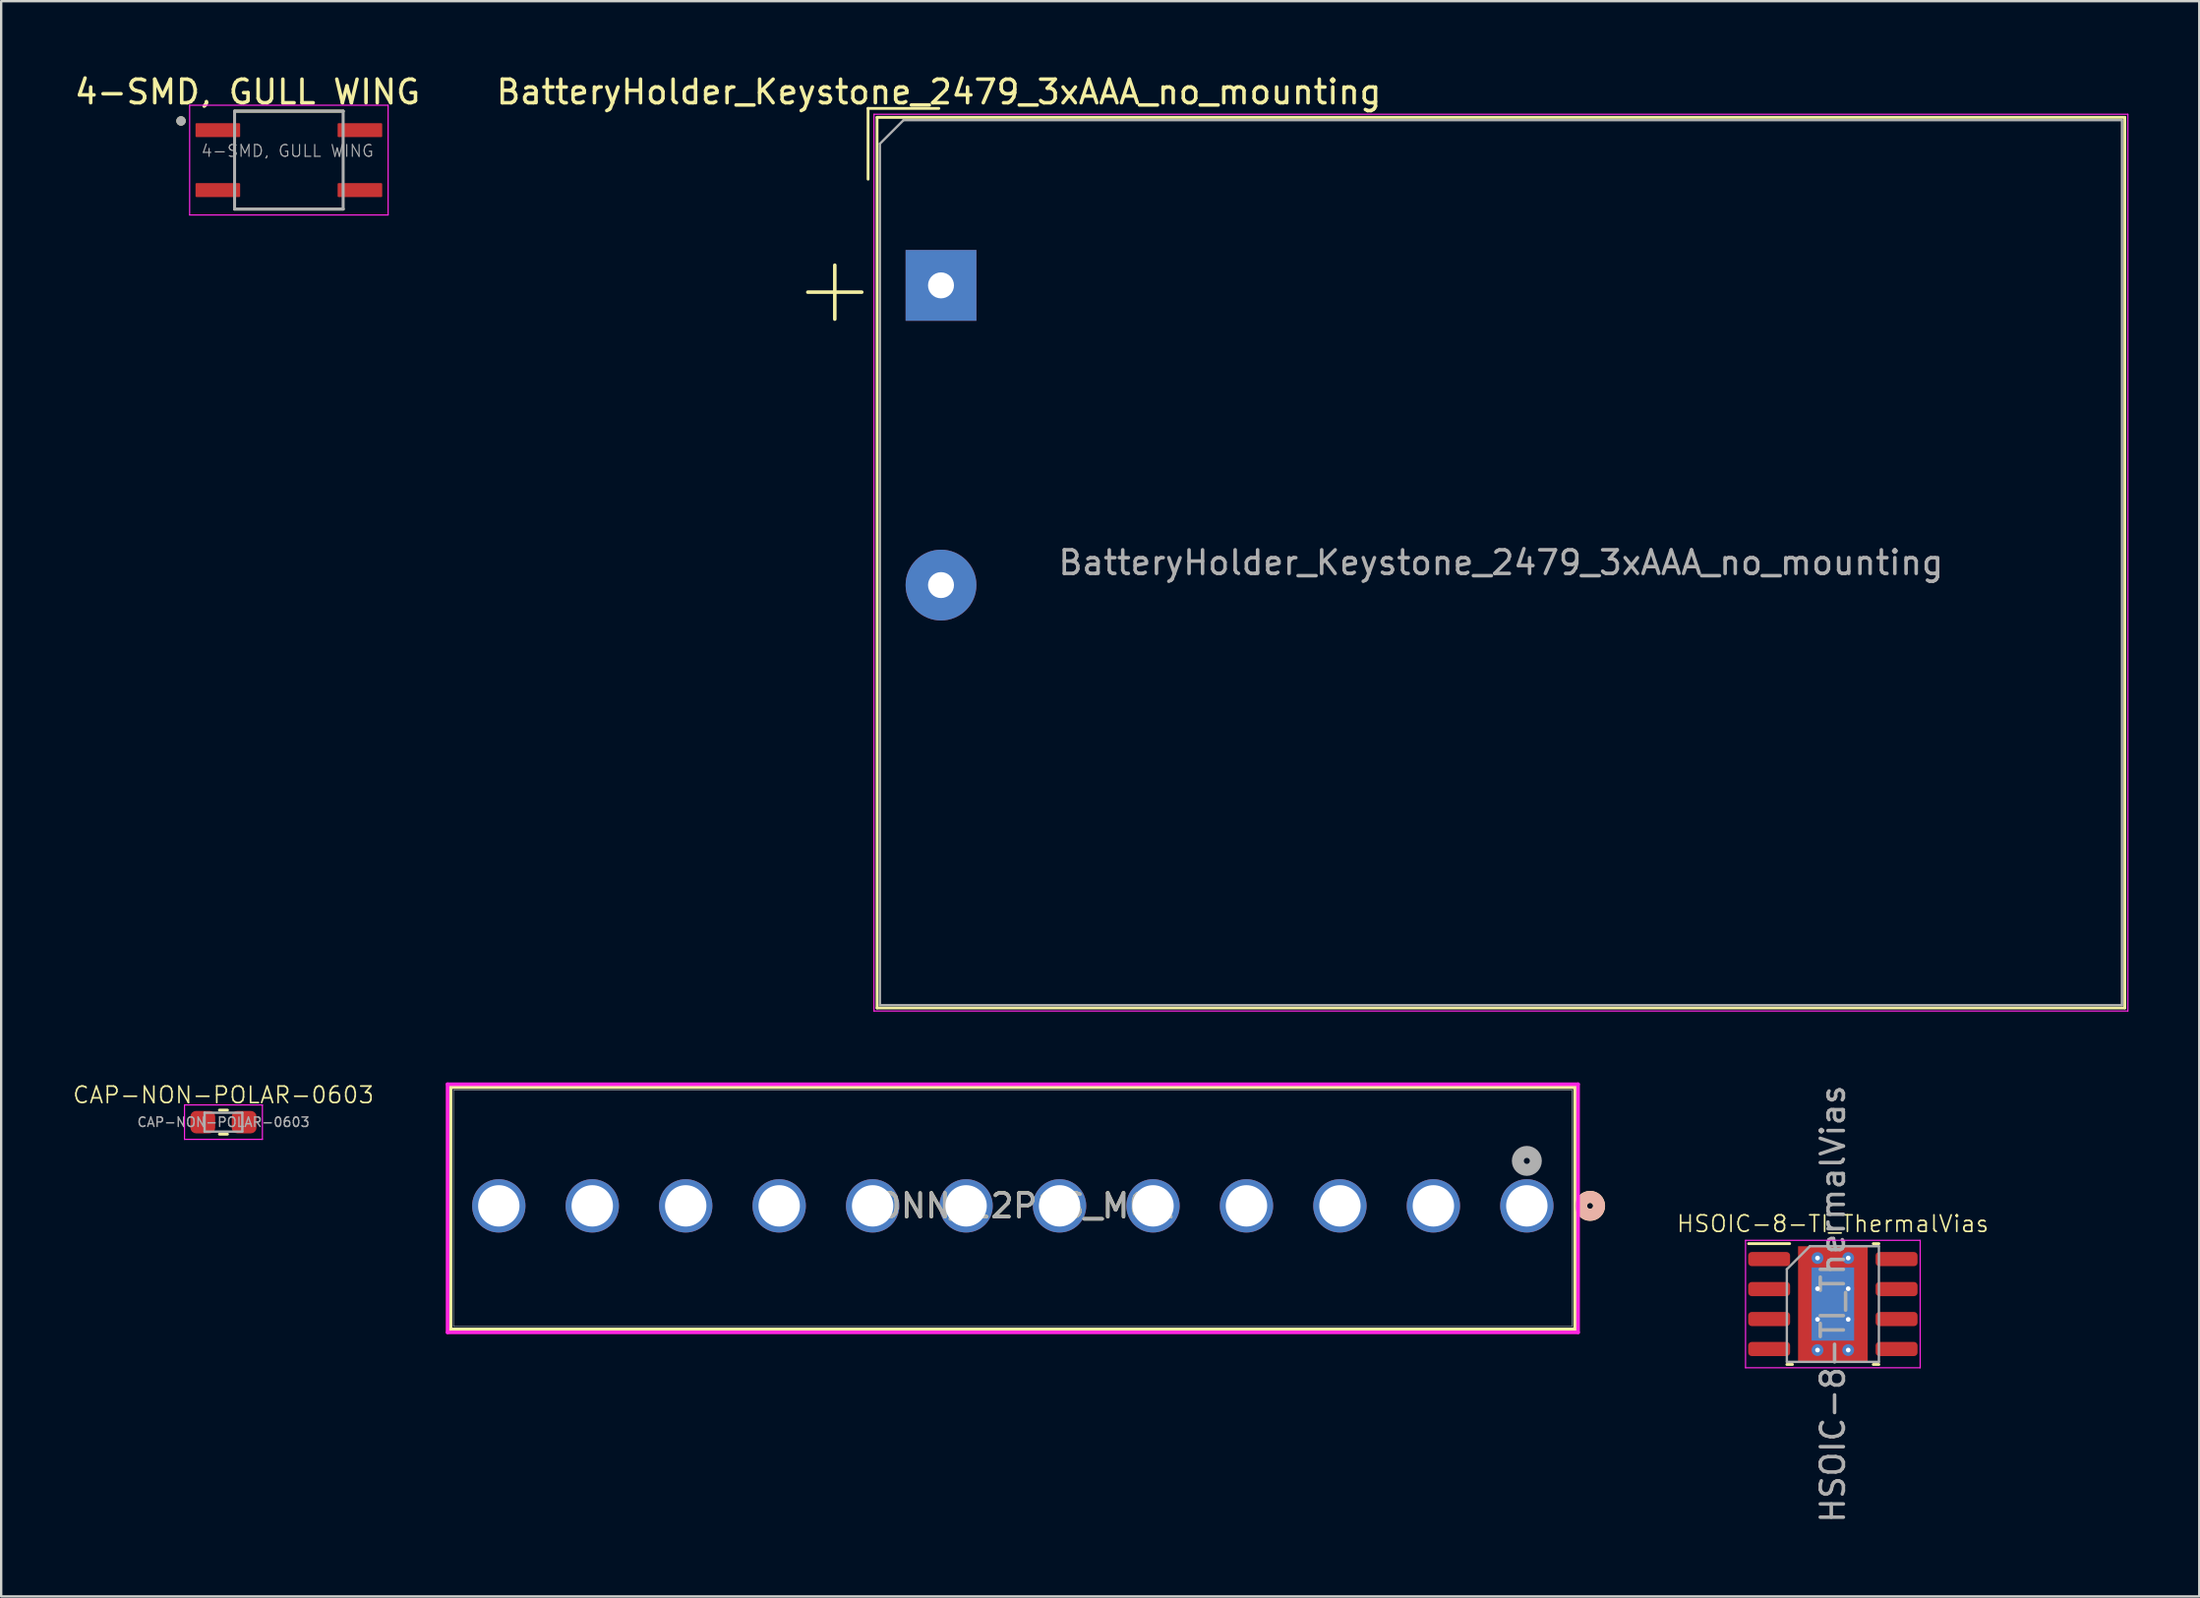
<source format=kicad_pcb>
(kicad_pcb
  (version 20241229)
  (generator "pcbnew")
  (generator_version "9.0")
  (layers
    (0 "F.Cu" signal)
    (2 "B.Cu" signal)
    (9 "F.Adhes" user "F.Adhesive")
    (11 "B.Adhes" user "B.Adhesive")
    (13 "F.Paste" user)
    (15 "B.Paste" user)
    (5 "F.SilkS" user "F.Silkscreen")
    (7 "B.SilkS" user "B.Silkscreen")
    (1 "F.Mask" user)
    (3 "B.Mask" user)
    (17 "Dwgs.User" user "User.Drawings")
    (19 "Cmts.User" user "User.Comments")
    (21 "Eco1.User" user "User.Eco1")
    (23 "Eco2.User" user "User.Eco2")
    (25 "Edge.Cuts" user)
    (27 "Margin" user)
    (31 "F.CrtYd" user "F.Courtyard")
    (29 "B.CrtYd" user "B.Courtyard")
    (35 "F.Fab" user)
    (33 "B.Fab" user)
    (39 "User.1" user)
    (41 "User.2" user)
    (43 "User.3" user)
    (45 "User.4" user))
  (footprint "HSOIC-8-TI_ThermalVias"
    (layer "F.Cu")
    (at 74.612 52.209)
    (property "Reference" "HSOIC-8-TI_ThermalVias" (at 0 -3.4 0) (layer "F.SilkS") (effects (font (size 0.7 0.7) (thickness 0.07))))
    (attr smd)
    (fp_line (start -1.83 -2.56) (end -3.57 -2.56) (stroke (width 0.12) (type solid)) (layer "F.SilkS"))
    (fp_line (start -1.711 2.56) (end -1.95 2.56) (stroke (width 0.12) (type solid)) (layer "F.SilkS"))
    (fp_line (start 1.711 -2.56) (end 1.95 -2.56) (stroke (width 0.12) (type solid)) (layer "F.SilkS"))
    (fp_line (start 1.711 2.56) (end 1.95 2.56) (stroke (width 0.12) (type solid)) (layer "F.SilkS"))
    (fp_line (start -3.7 -2.7) (end -3.7 2.7) (stroke (width 0.05) (type solid)) (layer "F.CrtYd"))
    (fp_line (start -3.7 2.7) (end 3.7 2.7) (stroke (width 0.05) (type solid)) (layer "F.CrtYd"))
    (fp_line (start 3.7 -2.7) (end -3.7 -2.7) (stroke (width 0.05) (type solid)) (layer "F.CrtYd"))
    (fp_line (start 3.7 2.7) (end 3.7 -2.7) (stroke (width 0.05) (type solid)) (layer "F.CrtYd"))
    (fp_line (start -1.95 -1.475) (end -0.975 -2.45) (stroke (width 0.1) (type solid)) (layer "F.Fab"))
    (fp_line (start -1.95 2.45) (end -1.95 -1.475) (stroke (width 0.1) (type solid)) (layer "F.Fab"))
    (fp_line (start -0.975 -2.45) (end 1.95 -2.45) (stroke (width 0.1) (type solid)) (layer "F.Fab"))
    (fp_line (start 1.95 -2.45) (end 1.95 2.45) (stroke (width 0.1) (type solid)) (layer "F.Fab"))
    (fp_line (start 1.95 2.45) (end -1.95 2.45) (stroke (width 0.1) (type solid)) (layer "F.Fab"))
    (fp_text user "${REFERENCE}" (at 0 0 90) (layer "F.Fab") (effects (font (size 0.98 0.98) (thickness 0.15))))
    (pad "" smd roundrect (at -0.6 -1.03) (size 1.04 0.89) (layers "F.Paste") (roundrect_rratio 0.25))
    (pad "" smd roundrect (at -0.6 0) (size 1.04 0.89) (layers "F.Paste") (roundrect_rratio 0.25))
    (pad "" smd roundrect (at -0.6 1.03) (size 1.04 0.89) (layers "F.Paste") (roundrect_rratio 0.25))
    (pad "" smd rect (at 0 0) (size 2.4 3.1) (layers "F.Mask"))
    (pad "" smd roundrect (at 0.6 -1.03) (size 1.04 0.89) (layers "F.Paste") (roundrect_rratio 0.25))
    (pad "" smd roundrect (at 0.6 0) (size 1.04 0.89) (layers "F.Paste") (roundrect_rratio 0.25))
    (pad "" smd roundrect (at 0.6 1.03) (size 1.04 0.89) (layers "F.Paste") (roundrect_rratio 0.25))
    (pad "1" smd roundrect (at -2.7 -1.905) (size 1.775 0.6) (layers "F.Cu" "F.Mask" "F.Paste") (roundrect_rratio 0.25))
    (pad "2" smd roundrect (at -2.7 -0.635) (size 1.775 0.6) (layers "F.Cu" "F.Mask" "F.Paste") (roundrect_rratio 0.25))
    (pad "3" smd roundrect (at -2.7 0.635) (size 1.775 0.6) (layers "F.Cu" "F.Mask" "F.Paste") (roundrect_rratio 0.25))
    (pad "4" smd roundrect (at -2.7 1.905) (size 1.775 0.6) (layers "F.Cu" "F.Mask" "F.Paste") (roundrect_rratio 0.25))
    (pad "5" smd roundrect (at 2.7 1.905) (size 1.775 0.6) (layers "F.Cu" "F.Mask" "F.Paste") (roundrect_rratio 0.25))
    (pad "6" smd roundrect (at 2.7 0.635) (size 1.775 0.6) (layers "F.Cu" "F.Mask" "F.Paste") (roundrect_rratio 0.25))
    (pad "7" smd roundrect (at 2.7 -0.635) (size 1.775 0.6) (layers "F.Cu" "F.Mask" "F.Paste") (roundrect_rratio 0.25))
    (pad "8" smd roundrect (at 2.7 -1.905) (size 1.775 0.6) (layers "F.Cu" "F.Mask" "F.Paste") (roundrect_rratio 0.25))
    (pad "9" thru_hole circle (at -0.65 -1.95) (size 0.5 0.5) (drill 0.2) (layers "*.Cu"))
    (pad "9" thru_hole circle (at -0.65 -0.65) (size 0.5 0.5) (drill 0.2) (layers "*.Cu"))
    (pad "9" thru_hole circle (at -0.65 0.65) (size 0.5 0.5) (drill 0.2) (layers "*.Cu"))
    (pad "9" thru_hole circle (at -0.65 1.95) (size 0.5 0.5) (drill 0.2) (layers "*.Cu"))
    (pad "9" smd rect (at 0 0) (size 1.8 3.1) (layers "B.Cu"))
    (pad "9" smd rect (at 0 0) (size 2.95 4.9) (layers "F.Cu"))
    (pad "9" thru_hole circle (at 0.65 -1.95) (size 0.5 0.5) (drill 0.2) (layers "*.Cu"))
    (pad "9" thru_hole circle (at 0.65 -0.65) (size 0.5 0.5) (drill 0.2) (layers "*.Cu"))
    (pad "9" thru_hole circle (at 0.65 0.65) (size 0.5 0.5) (drill 0.2) (layers "*.Cu"))
    (pad "9" thru_hole circle (at 0.65 1.95) (size 0.5 0.5) (drill 0.2) (layers "*.Cu")))
  (footprint "BatteryHolder_Keystone_2479_3xAAA_no_mounting"
    (layer "F.Cu")
    (at 36.822 9.043)
    (property "Reference" "BatteryHolder_Keystone_2479_3xAAA_no_mounting" (at -0.09 -8.195 0) (layer "F.SilkS") (effects (font (size 1 1) (thickness 0.15))))
    (attr through_hole)
    (fp_line (start -3.09 -7.5) (end -0.09 -7.5) (stroke (width 0.12) (type solid)) (layer "F.SilkS"))
    (fp_line (start -3.09 -4.5) (end -3.09 -7.5) (stroke (width 0.12) (type solid)) (layer "F.SilkS"))
    (fp_line (start -2.71 -7.12) (end -2.71 30.62) (stroke (width 0.12) (type solid)) (layer "F.SilkS"))
    (fp_line (start -2.71 -7.12) (end 50.16 -7.12) (stroke (width 0.12) (type solid)) (layer "F.SilkS"))
    (fp_line (start -2.71 30.62) (end 50.16 30.62) (stroke (width 0.12) (type solid)) (layer "F.SilkS"))
    (fp_line (start 50.16 -7.12) (end 50.16 30.62) (stroke (width 0.12) (type solid)) (layer "F.SilkS"))
    (fp_line (start -2.84 -7.25) (end -2.84 30.75) (stroke (width 0.05) (type solid)) (layer "F.CrtYd"))
    (fp_line (start -2.84 -7.25) (end 50.29 -7.25) (stroke (width 0.05) (type solid)) (layer "F.CrtYd"))
    (fp_line (start -2.84 30.75) (end 50.29 30.75) (stroke (width 0.05) (type solid)) (layer "F.CrtYd"))
    (fp_line (start 50.29 -7.25) (end 50.29 30.75) (stroke (width 0.05) (type solid)) (layer "F.CrtYd"))
    (fp_line (start -2.59 -6) (end -1.59 -7) (stroke (width 0.1) (type solid)) (layer "F.Fab"))
    (fp_line (start -2.59 30.5) (end -2.59 -6) (stroke (width 0.1) (type solid)) (layer "F.Fab"))
    (fp_line (start -1.59 -7) (end 50.04 -7) (stroke (width 0.1) (type solid)) (layer "F.Fab"))
    (fp_line (start 50.04 -7) (end 50.04 30.5) (stroke (width 0.1) (type solid)) (layer "F.Fab"))
    (fp_line (start 50.04 30.5) (end -2.59 30.5) (stroke (width 0.1) (type solid)) (layer "F.Fab"))
    (fp_text user "+" (at -4.5 0.05 0) (layer "F.SilkS") (effects (font (size 3 3) (thickness 0.15))))
    (fp_text user "${REFERENCE}" (at 23.725 11.75 0) (layer "F.Fab") (effects (font (size 1 1) (thickness 0.15))))
    (pad "1" thru_hole rect (at 0 0) (size 3 3) (drill 1.1) (layers "*.Cu" "*.Mask"))
    (pad "2" thru_hole circle (at 0 12.7) (size 3 3) (drill 1.1) (layers "*.Cu" "*.Mask")))
  (footprint "CAP-NON-POLAR-0603"
    (layer "F.Cu")
    (at 6.418 44.501)
    (property "Reference" "CAP-NON-POLAR-0603" (at 0 -1.15 0) (layer "F.SilkS") (effects (font (size 0.7 0.7) (thickness 0.07))))
    (attr smd)
    (fp_line (start -0.171 -0.51) (end 0.171 -0.51) (stroke (width 0.12) (type solid)) (layer "F.SilkS"))
    (fp_line (start -0.171 0.51) (end 0.171 0.51) (stroke (width 0.12) (type solid)) (layer "F.SilkS"))
    (fp_line (start -1.65 -0.73) (end 1.65 -0.73) (stroke (width 0.05) (type solid)) (layer "F.CrtYd"))
    (fp_line (start -1.65 0.73) (end -1.65 -0.73) (stroke (width 0.05) (type solid)) (layer "F.CrtYd"))
    (fp_line (start 1.65 -0.73) (end 1.65 0.73) (stroke (width 0.05) (type solid)) (layer "F.CrtYd"))
    (fp_line (start 1.65 0.73) (end -1.65 0.73) (stroke (width 0.05) (type solid)) (layer "F.CrtYd"))
    (fp_line (start -0.8 -0.4) (end 0.8 -0.4) (stroke (width 0.1) (type solid)) (layer "F.Fab"))
    (fp_line (start -0.8 0.4) (end -0.8 -0.4) (stroke (width 0.1) (type solid)) (layer "F.Fab"))
    (fp_line (start 0.8 -0.4) (end 0.8 0.4) (stroke (width 0.1) (type solid)) (layer "F.Fab"))
    (fp_line (start 0.8 0.4) (end -0.8 0.4) (stroke (width 0.1) (type solid)) (layer "F.Fab"))
    (fp_text user "${REFERENCE}" (at 0 0 180) (layer "F.Fab") (effects (font (size 0.4 0.4) (thickness 0.06))))
    (pad "1" smd roundrect (at -0.875 0) (size 1.05 0.95) (layers "F.Cu" "F.Mask" "F.Paste") (roundrect_rratio 0.25))
    (pad "2" smd roundrect (at 0.875 0) (size 1.05 0.95) (layers "F.Cu" "F.Mask" "F.Paste") (roundrect_rratio 0.25)))
  (footprint "4-SMD, GULL WING"
    (layer "F.Cu")
    (at 9.19 3.735)
    (property "Reference" "4-SMD, GULL WING" (at -1.755 -2.887 0) (layer "F.SilkS") (effects (font (size 1 1) (thickness 0.15))))
    (attr smd)
    (fp_line (start -2.3 -2.075) (end 2.3 -2.075) (stroke (width 0.127) (type solid)) (layer "F.SilkS"))
    (fp_line (start -2.3 2.075) (end 2.3 2.075) (stroke (width 0.127) (type solid)) (layer "F.SilkS"))
    (fp_circle (center -4.57 -1.66) (end -4.47 -1.66) (stroke (width 0.2) (type solid)) (fill no) (layer "F.SilkS"))
    (fp_line (start -4.205 -2.325) (end -4.205 2.325) (stroke (width 0.05) (type solid)) (layer "F.CrtYd"))
    (fp_line (start -4.205 -2.325) (end 4.205 -2.325) (stroke (width 0.05) (type solid)) (layer "F.CrtYd"))
    (fp_line (start -4.205 2.325) (end 4.205 2.325) (stroke (width 0.05) (type solid)) (layer "F.CrtYd"))
    (fp_line (start 4.205 -2.325) (end 4.205 2.325) (stroke (width 0.05) (type solid)) (layer "F.CrtYd"))
    (fp_line (start -2.3 -2.075) (end -2.3 2.075) (stroke (width 0.127) (type solid)) (layer "F.Fab"))
    (fp_line (start -2.3 -2.075) (end 2.3 -2.075) (stroke (width 0.127) (type solid)) (layer "F.Fab"))
    (fp_line (start -2.3 2.075) (end 2.3 2.075) (stroke (width 0.127) (type solid)) (layer "F.Fab"))
    (fp_line (start 2.3 -2.075) (end 2.3 2.075) (stroke (width 0.127) (type solid)) (layer "F.Fab"))
    (fp_circle (center -4.57 -1.66) (end -4.47 -1.66) (stroke (width 0.2) (type solid)) (fill no) (layer "F.Fab"))
    (fp_text user "${REFERENCE}" (at -0.06 -0.39 0) (layer "F.Fab") (effects (font (size 0.5 0.5) (thickness 0.05))))
    (pad "1" smd roundrect (at -3.01 -1.27) (size 1.89 0.59) (layers "F.Cu" "F.Mask" "F.Paste") (roundrect_rratio 0.07))
    (pad "2" smd roundrect (at -3.01 1.27) (size 1.89 0.59) (layers "F.Cu" "F.Mask" "F.Paste") (roundrect_rratio 0.07))
    (pad "3" smd roundrect (at 3.01 1.27) (size 1.89 0.59) (layers "F.Cu" "F.Mask" "F.Paste") (roundrect_rratio 0.07))
    (pad "4" smd roundrect (at 3.01 -1.27) (size 1.89 0.59) (layers "F.Cu" "F.Mask" "F.Paste") (roundrect_rratio 0.07)))
  (footprint "CONN_12POS_MOL"
    (layer "F.Cu")
    (at 61.645 48.048)
    (property "Reference" "CONN_12POS_MOL" (at -21.78 0 0) (unlocked yes) (layer "F.SilkS") (effects (font (size 1 1) (thickness 0.15))))
    (attr through_hole)
    (fp_line (start -45.605 -5.027) (end -45.605 5.235) (stroke (width 0.152) (type solid)) (layer "F.SilkS"))
    (fp_line (start -45.605 5.235) (end 2.045 5.235) (stroke (width 0.152) (type solid)) (layer "F.SilkS"))
    (fp_line (start 2.045 -5.027) (end -45.605 -5.027) (stroke (width 0.152) (type solid)) (layer "F.SilkS"))
    (fp_line (start 2.045 5.235) (end 2.045 -5.027) (stroke (width 0.152) (type solid)) (layer "F.SilkS"))
    (fp_circle (center 2.68 0) (end 3.061 0) (stroke (width 0.508) (type solid)) (fill no) (layer "F.SilkS"))
    (fp_circle (center 2.68 0) (end 3.061 0) (stroke (width 0.508) (type solid)) (fill no) (layer "B.SilkS"))
    (fp_line (start -45.732 -5.154) (end -45.732 5.362) (stroke (width 0.152) (type solid)) (layer "F.CrtYd"))
    (fp_line (start -45.732 5.362) (end 2.172 5.362) (stroke (width 0.152) (type solid)) (layer "F.CrtYd"))
    (fp_line (start 2.172 -5.154) (end -45.732 -5.154) (stroke (width 0.152) (type solid)) (layer "F.CrtYd"))
    (fp_line (start 2.172 5.362) (end 2.172 -5.154) (stroke (width 0.152) (type solid)) (layer "F.CrtYd"))
    (fp_line (start -45.478 -4.9) (end -45.478 5.108) (stroke (width 0.025) (type solid)) (layer "F.Fab"))
    (fp_line (start -45.478 5.108) (end 1.918 5.108) (stroke (width 0.025) (type solid)) (layer "F.Fab"))
    (fp_line (start 1.918 -4.9) (end -45.478 -4.9) (stroke (width 0.025) (type solid)) (layer "F.Fab"))
    (fp_line (start 1.918 5.108) (end 1.918 -4.9) (stroke (width 0.025) (type solid)) (layer "F.Fab"))
    (fp_circle (center 0 -1.905) (end 0.381 -1.905) (stroke (width 0.508) (type solid)) (fill no) (layer "F.Fab"))
    (fp_text user "${REFERENCE}" (at -21.78 0 0) (unlocked yes) (layer "F.Fab") (effects (font (size 1 1) (thickness 0.15))))
    (pad "1" thru_hole circle (at 0 0) (size 2.261 2.261) (drill 1.753) (layers "*.Cu" "*.Mask"))
    (pad "2" thru_hole circle (at -3.96 0) (size 2.261 2.261) (drill 1.753) (layers "*.Cu" "*.Mask"))
    (pad "3" thru_hole circle (at -7.92 0) (size 2.261 2.261) (drill 1.753) (layers "*.Cu" "*.Mask"))
    (pad "4" thru_hole circle (at -11.88 0) (size 2.261 2.261) (drill 1.753) (layers "*.Cu" "*.Mask"))
    (pad "5" thru_hole circle (at -15.84 0) (size 2.261 2.261) (drill 1.753) (layers "*.Cu" "*.Mask"))
    (pad "6" thru_hole circle (at -19.8 0) (size 2.261 2.261) (drill 1.753) (layers "*.Cu" "*.Mask"))
    (pad "7" thru_hole circle (at -23.76 0) (size 2.261 2.261) (drill 1.753) (layers "*.Cu" "*.Mask"))
    (pad "8" thru_hole circle (at -27.72 0) (size 2.261 2.261) (drill 1.753) (layers "*.Cu" "*.Mask"))
    (pad "9" thru_hole circle (at -31.68 0) (size 2.261 2.261) (drill 1.753) (layers "*.Cu" "*.Mask"))
    (pad "10" thru_hole circle (at -35.64 0) (size 2.261 2.261) (drill 1.753) (layers "*.Cu" "*.Mask"))
    (pad "11" thru_hole circle (at -39.6 0) (size 2.261 2.261) (drill 1.753) (layers "*.Cu" "*.Mask"))
    (pad "12" thru_hole circle (at -43.56 0) (size 2.261 2.261) (drill 1.753) (layers "*.Cu" "*.Mask")))
  (gr_rect
    (start -3 -3)
    (end 90.137 64.599)
    (stroke (width 0.1) (type default))
    (fill no)
    (layer "Edge.Cuts")))
</source>
